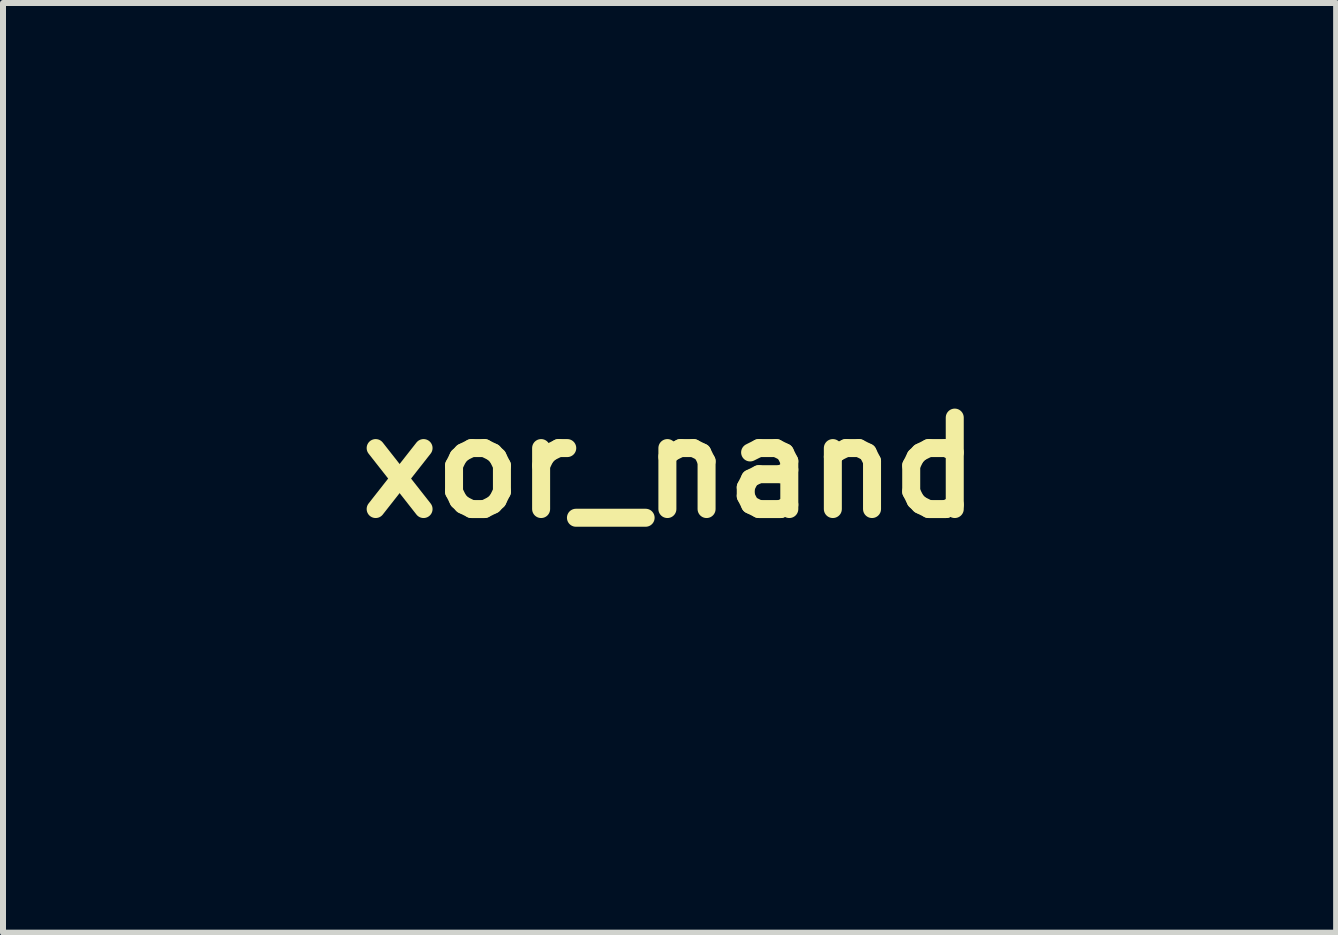
<source format=kicad_pcb>
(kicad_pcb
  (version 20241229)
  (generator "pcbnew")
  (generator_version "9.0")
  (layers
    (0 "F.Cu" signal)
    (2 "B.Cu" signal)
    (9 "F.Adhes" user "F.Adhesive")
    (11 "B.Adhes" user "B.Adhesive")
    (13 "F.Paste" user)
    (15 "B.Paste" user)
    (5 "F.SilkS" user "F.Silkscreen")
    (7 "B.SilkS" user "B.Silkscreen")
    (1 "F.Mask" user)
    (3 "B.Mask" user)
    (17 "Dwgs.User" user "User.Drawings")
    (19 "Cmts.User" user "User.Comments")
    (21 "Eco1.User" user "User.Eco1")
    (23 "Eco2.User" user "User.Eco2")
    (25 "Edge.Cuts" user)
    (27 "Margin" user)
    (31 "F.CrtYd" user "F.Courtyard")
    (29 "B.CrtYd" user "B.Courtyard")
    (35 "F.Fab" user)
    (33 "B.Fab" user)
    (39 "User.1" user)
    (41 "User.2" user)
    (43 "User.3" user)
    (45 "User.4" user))
  (footprint "xor_nand"
    (layer "F.Cu")
    (at 8.11 4.745)
    (property "Reference" "xor_nand" (at 0 0 0) (layer "F.SilkS") (effects (font (size 1.524 1.524) (thickness 0.3))))
    (attr board_only exclude_from_pos_files exclude_from_bom)
    (fp_poly (pts (xy -0.348 -4.742) (xy -0.22 -4.742) (xy -0.105 -4.741) (xy -0.003 -4.741) (xy 0.089 -4.741) (xy 0.169 -4.74) (xy 0.24 -4.74) (xy 0.302 -4.74) (xy 0.355 -4.739) (xy 0.4 -4.739) (xy 0.439 -4.738) (xy 0.471 -4.737) (xy 0.499 -4.736) (xy 0.521 -4.735) (xy 0.54 -4.734) (xy 0.556 -4.733) (xy 0.569 -4.731) (xy 0.581 -4.73) (xy 0.592 -4.728) (xy 0.603 -4.726) (xy 0.607 -4.725) (xy 0.752 -4.69) (xy 0.889 -4.646) (xy 1.017 -4.59) (xy 1.138 -4.523) (xy 1.253 -4.445) (xy 1.36 -4.355) (xy 1.419 -4.299) (xy 1.512 -4.195) (xy 1.596 -4.083) (xy 1.669 -3.962) (xy 1.731 -3.836) (xy 1.781 -3.705) (xy 1.81 -3.608) (xy 1.817 -3.579) (xy 1.853 -3.601) (xy 1.9 -3.628) (xy 1.945 -3.647) (xy 1.992 -3.658) (xy 2.046 -3.665) (xy 2.057 -3.666) (xy 2.134 -3.665) (xy 2.204 -3.651) (xy 2.269 -3.626) (xy 2.33 -3.588) (xy 2.383 -3.541) (xy 2.414 -3.509) (xy 2.437 -3.481) (xy 2.454 -3.452) (xy 2.464 -3.434) (xy 2.476 -3.407) (xy 2.486 -3.382) (xy 2.492 -3.363) (xy 2.493 -3.36) (xy 2.497 -3.339) (xy 3.318 -3.339) (xy 3.318 -0.898) (xy 3.654 -0.898) (xy 3.654 -1.501) (xy 4.493 -1.501) (xy 4.623 -1.501) (xy 4.74 -1.501) (xy 4.844 -1.501) (xy 4.938 -1.501) (xy 5.021 -1.501) (xy 5.094 -1.5) (xy 5.158 -1.5) (xy 5.215 -1.499) (xy 5.264 -1.498) (xy 5.307 -1.497) (xy 5.344 -1.495) (xy 5.377 -1.493) (xy 5.405 -1.491) (xy 5.431 -1.489) (xy 5.454 -1.486) (xy 5.476 -1.483) (xy 5.497 -1.479) (xy 5.518 -1.475) (xy 5.541 -1.47) (xy 5.56 -1.466) (xy 5.656 -1.441) (xy 5.756 -1.406) (xy 5.857 -1.364) (xy 5.953 -1.316) (xy 6.042 -1.264) (xy 6.053 -1.257) (xy 6.168 -1.173) (xy 6.274 -1.079) (xy 6.37 -0.977) (xy 6.456 -0.866) (xy 6.532 -0.749) (xy 6.596 -0.624) (xy 6.648 -0.495) (xy 6.68 -0.393) (xy 6.695 -0.337) (xy 6.737 -0.363) (xy 6.784 -0.389) (xy 6.83 -0.406) (xy 6.879 -0.416) (xy 6.935 -0.421) (xy 6.965 -0.421) (xy 7.003 -0.421) (xy 7.032 -0.419) (xy 7.054 -0.416) (xy 7.075 -0.411) (xy 7.098 -0.403) (xy 7.102 -0.402) (xy 7.173 -0.368) (xy 7.235 -0.325) (xy 7.288 -0.273) (xy 7.331 -0.212) (xy 7.362 -0.144) (xy 7.367 -0.132) (xy 7.378 -0.096) (xy 8.11 -0.096) (xy 8.11 0.103) (xy 7.378 0.103) (xy 7.363 0.146) (xy 7.331 0.216) (xy 7.288 0.277) (xy 7.235 0.329) (xy 7.173 0.372) (xy 7.102 0.405) (xy 7.092 0.408) (xy 7.06 0.418) (xy 7.031 0.424) (xy 6.999 0.427) (xy 6.969 0.427) (xy 6.934 0.427) (xy 6.9 0.424) (xy 6.872 0.421) (xy 6.862 0.419) (xy 6.828 0.408) (xy 6.79 0.394) (xy 6.754 0.377) (xy 6.724 0.36) (xy 6.718 0.356) (xy 6.704 0.347) (xy 6.696 0.344) (xy 6.695 0.344) (xy 6.693 0.351) (xy 6.688 0.368) (xy 6.681 0.393) (xy 6.678 0.404) (xy 6.64 0.522) (xy 6.591 0.639) (xy 6.53 0.754) (xy 6.46 0.865) (xy 6.382 0.968) (xy 6.377 0.974) (xy 6.284 1.075) (xy 6.18 1.167) (xy 6.068 1.25) (xy 5.949 1.322) (xy 5.824 1.384) (xy 5.694 1.433) (xy 5.586 1.464) (xy 5.563 1.469) (xy 5.541 1.474) (xy 5.522 1.479) (xy 5.503 1.483) (xy 5.483 1.487) (xy 5.463 1.49) (xy 5.441 1.493) (xy 5.416 1.495) (xy 5.388 1.497) (xy 5.356 1.499) (xy 5.319 1.5) (xy 5.276 1.501) (xy 5.227 1.502) (xy 5.17 1.503) (xy 5.105 1.504) (xy 5.031 1.504) (xy 4.947 1.505) (xy 4.852 1.505) (xy 4.746 1.506) (xy 4.628 1.506) (xy 4.52 1.506) (xy 3.654 1.509) (xy 3.654 1.31) (xy 3.853 1.31) (xy 4.609 1.308) (xy 4.727 1.307) (xy 4.832 1.307) (xy 4.925 1.306) (xy 5.007 1.306) (xy 5.079 1.306) (xy 5.141 1.305) (xy 5.194 1.305) (xy 5.24 1.304) (xy 5.278 1.303) (xy 5.31 1.302) (xy 5.337 1.301) (xy 5.36 1.3) (xy 5.378 1.299) (xy 5.394 1.298) (xy 5.408 1.296) (xy 5.42 1.294) (xy 5.433 1.292) (xy 5.443 1.29) (xy 5.539 1.269) (xy 5.625 1.245) (xy 5.708 1.214) (xy 5.792 1.176) (xy 5.816 1.165) (xy 5.929 1.1) (xy 6.034 1.026) (xy 6.13 0.942) (xy 6.217 0.85) (xy 6.294 0.75) (xy 6.362 0.643) (xy 6.418 0.531) (xy 6.464 0.414) (xy 6.499 0.294) (xy 6.521 0.17) (xy 6.532 0.044) (xy 6.531 -0.003) (xy 6.735 -0.003) (xy 6.737 0.043) (xy 6.748 0.084) (xy 6.751 0.09) (xy 6.777 0.134) (xy 6.814 0.172) (xy 6.858 0.203) (xy 6.905 0.222) (xy 6.92 0.226) (xy 6.944 0.23) (xy 6.961 0.232) (xy 6.978 0.23) (xy 7.002 0.225) (xy 7.007 0.224) (xy 7.06 0.205) (xy 7.104 0.177) (xy 7.139 0.142) (xy 7.165 0.101) (xy 7.181 0.055) (xy 7.187 0.007) (xy 7.183 -0.041) (xy 7.168 -0.089) (xy 7.141 -0.133) (xy 7.113 -0.164) (xy 7.076 -0.193) (xy 7.039 -0.212) (xy 6.997 -0.221) (xy 6.962 -0.223) (xy 6.93 -0.222) (xy 6.905 -0.218) (xy 6.882 -0.211) (xy 6.868 -0.205) (xy 6.822 -0.175) (xy 6.782 -0.136) (xy 6.754 -0.09) (xy 6.74 -0.049) (xy 6.735 -0.003) (xy 6.531 -0.003) (xy 6.53 -0.083) (xy 6.515 -0.211) (xy 6.505 -0.261) (xy 6.47 -0.39) (xy 6.424 -0.514) (xy 6.366 -0.631) (xy 6.298 -0.741) (xy 6.22 -0.842) (xy 6.132 -0.936) (xy 6.036 -1.02) (xy 5.932 -1.094) (xy 5.821 -1.158) (xy 5.703 -1.212) (xy 5.579 -1.254) (xy 5.449 -1.283) (xy 5.39 -1.292) (xy 5.375 -1.294) (xy 5.358 -1.296) (xy 5.337 -1.297) (xy 5.311 -1.298) (xy 5.28 -1.299) (xy 5.243 -1.3) (xy 5.199 -1.301) (xy 5.148 -1.301) (xy 5.087 -1.302) (xy 5.018 -1.302) (xy 4.938 -1.302) (xy 4.848 -1.302) (xy 4.745 -1.303) (xy 4.63 -1.303) (xy 4.583 -1.303) (xy 3.853 -1.303) (xy 3.853 1.31) (xy 3.654 1.31) (xy 3.654 0.905) (xy 3.318 0.905) (xy 3.318 3.346) (xy 2.498 3.346) (xy 2.489 3.375) (xy 2.466 3.433) (xy 2.431 3.49) (xy 2.388 3.542) (xy 2.339 3.587) (xy 2.286 3.621) (xy 2.234 3.645) (xy 2.183 3.66) (xy 2.129 3.668) (xy 2.077 3.67) (xy 2 3.663) (xy 1.93 3.645) (xy 1.866 3.615) (xy 1.858 3.61) (xy 1.838 3.599) (xy 1.823 3.592) (xy 1.816 3.591) (xy 1.813 3.599) (xy 1.807 3.618) (xy 1.8 3.643) (xy 1.798 3.652) (xy 1.765 3.756) (xy 1.721 3.863) (xy 1.668 3.969) (xy 1.606 4.071) (xy 1.539 4.166) (xy 1.507 4.206) (xy 1.409 4.313) (xy 1.302 4.409) (xy 1.189 4.494) (xy 1.068 4.567) (xy 0.941 4.629) (xy 0.808 4.678) (xy 0.67 4.715) (xy 0.527 4.739) (xy 0.479 4.744) (xy 0.463 4.745) (xy 0.434 4.746) (xy 0.393 4.746) (xy 0.342 4.747) (xy 0.28 4.748) (xy 0.21 4.749) (xy 0.131 4.749) (xy 0.046 4.75) (xy -0.046 4.75) (xy -0.143 4.75) (xy -0.244 4.751) (xy -0.349 4.751) (xy -0.41 4.751) (xy -1.227 4.751) (xy -1.227 4.552) (xy -1.028 4.552) (xy -0.32 4.552) (xy -0.2 4.552) (xy -0.088 4.552) (xy 0.016 4.551) (xy 0.11 4.551) (xy 0.195 4.55) (xy 0.27 4.55) (xy 0.334 4.549) (xy 0.386 4.548) (xy 0.426 4.547) (xy 0.453 4.546) (xy 0.463 4.545) (xy 0.595 4.526) (xy 0.722 4.494) (xy 0.844 4.451) (xy 0.96 4.396) (xy 1.069 4.331) (xy 1.171 4.256) (xy 1.266 4.171) (xy 1.351 4.077) (xy 1.427 3.976) (xy 1.494 3.867) (xy 1.55 3.751) (xy 1.595 3.629) (xy 1.628 3.501) (xy 1.642 3.416) (xy 1.649 3.35) (xy 1.652 3.276) (xy 1.651 3.267) (xy 1.857 3.267) (xy 1.867 3.316) (xy 1.888 3.362) (xy 1.919 3.402) (xy 1.96 3.436) (xy 1.974 3.444) (xy 2.025 3.465) (xy 2.076 3.472) (xy 2.129 3.466) (xy 2.175 3.45) (xy 2.214 3.427) (xy 2.25 3.394) (xy 2.28 3.356) (xy 2.292 3.333) (xy 2.301 3.309) (xy 2.305 3.282) (xy 2.307 3.247) (xy 2.307 3.246) (xy 2.301 3.191) (xy 2.285 3.143) (xy 2.256 3.1) (xy 2.242 3.085) (xy 2.2 3.051) (xy 2.154 3.03) (xy 2.102 3.021) (xy 2.081 3.02) (xy 2.034 3.023) (xy 1.995 3.035) (xy 1.958 3.055) (xy 1.928 3.081) (xy 1.893 3.123) (xy 1.869 3.169) (xy 1.857 3.218) (xy 1.857 3.267) (xy 1.651 3.267) (xy 1.651 3.198) (xy 1.646 3.121) (xy 1.638 3.048) (xy 1.629 2.991) (xy 1.594 2.86) (xy 1.548 2.735) (xy 1.49 2.617) (xy 1.422 2.506) (xy 1.344 2.403) (xy 1.255 2.309) (xy 1.158 2.223) (xy 1.053 2.148) (xy 0.939 2.083) (xy 0.818 2.029) (xy 0.691 1.987) (xy 0.659 1.978) (xy 0.636 1.972) (xy 0.615 1.967) (xy 0.593 1.963) (xy 0.572 1.959) (xy 0.549 1.955) (xy 0.524 1.952) (xy 0.497 1.949) (xy 0.465 1.947) (xy 0.429 1.945) (xy 0.387 1.944) (xy 0.338 1.943) (xy 0.283 1.942) (xy 0.219 1.941) (xy 0.146 1.941) (xy 0.063 1.94) (xy -0.031 1.94) (xy -0.136 1.94) (xy -0.254 1.94) (xy -0.299 1.94) (xy -1.028 1.94) (xy -1.028 4.552) (xy -1.227 4.552) (xy -1.227 4.148) (xy -3.702 4.148) (xy -3.927 4.148) (xy -4.139 4.148) (xy -4.338 4.148) (xy -4.525 4.148) (xy -4.699 4.148) (xy -4.861 4.148) (xy -5.012 4.148) (xy -5.151 4.148) (xy -5.28 4.148) (xy -5.399 4.149) (xy -5.507 4.149) (xy -5.606 4.149) (xy -5.695 4.149) (xy -5.775 4.15) (xy -5.847 4.15) (xy -5.911 4.15) (xy -5.967 4.151) (xy -6.015 4.151) (xy -6.056 4.152) (xy -6.091 4.152) (xy -6.119 4.153) (xy -6.141 4.154) (xy -6.158 4.154) (xy -6.169 4.155) (xy -6.175 4.156) (xy -6.177 4.156) (xy -6.18 4.166) (xy -6.187 4.185) (xy -6.198 4.209) (xy -6.201 4.216) (xy -6.235 4.271) (xy -6.28 4.321) (xy -6.333 4.363) (xy -6.393 4.395) (xy -6.442 4.412) (xy -6.482 4.418) (xy -6.528 4.421) (xy -6.576 4.42) (xy -6.62 4.415) (xy -6.639 4.411) (xy -6.7 4.389) (xy -6.758 4.355) (xy -6.81 4.311) (xy -6.853 4.259) (xy -6.878 4.217) (xy -6.89 4.192) (xy -6.899 4.172) (xy -6.903 4.159) (xy -6.904 4.157) (xy -6.905 4.155) (xy -6.911 4.154) (xy -6.922 4.153) (xy -6.938 4.152) (xy -6.961 4.151) (xy -6.991 4.15) (xy -7.029 4.149) (xy -7.076 4.149) (xy -7.132 4.148) (xy -7.198 4.148) (xy -7.276 4.148) (xy -7.366 4.148) (xy -7.468 4.148) (xy -7.507 4.148) (xy -8.11 4.148) (xy -8.11 3.949) (xy -7.507 3.949) (xy -7.402 3.949) (xy -7.31 3.949) (xy -7.229 3.949) (xy -7.16 3.948) (xy -7.102 3.948) (xy -7.053 3.948) (xy -7.013 3.947) (xy -6.98 3.947) (xy -6.955 3.946) (xy -6.935 3.945) (xy -6.922 3.944) (xy -6.912 3.943) (xy -6.907 3.941) (xy -6.904 3.939) (xy -6.904 3.938) (xy -6.899 3.917) (xy -6.887 3.89) (xy -6.87 3.859) (xy -6.849 3.826) (xy -6.825 3.796) (xy -6.808 3.777) (xy -6.781 3.754) (xy -6.75 3.731) (xy -6.718 3.71) (xy -6.688 3.694) (xy -6.662 3.684) (xy -6.647 3.681) (xy -6.646 3.681) (xy -6.645 3.678) (xy -6.645 3.678) (xy -6.437 3.678) (xy -6.405 3.69) (xy -6.361 3.71) (xy -6.317 3.738) (xy -6.276 3.772) (xy -6.257 3.791) (xy -6.237 3.817) (xy -6.215 3.851) (xy -6.195 3.888) (xy -6.179 3.923) (xy -6.174 3.937) (xy -6.174 3.938) (xy -6.172 3.939) (xy -6.168 3.94) (xy -6.163 3.941) (xy -6.155 3.942) (xy -6.144 3.942) (xy -6.13 3.943) (xy -6.112 3.944) (xy -6.091 3.944) (xy -6.064 3.945) (xy -6.033 3.945) (xy -5.997 3.946) (xy -5.955 3.946) (xy -5.907 3.947) (xy -5.852 3.947) (xy -5.79 3.947) (xy -5.721 3.947) (xy -5.644 3.948) (xy -5.559 3.948) (xy -5.465 3.948) (xy -5.362 3.948) (xy -5.249 3.948) (xy -5.127 3.949) (xy -4.994 3.949) (xy -4.851 3.949) (xy -4.697 3.949) (xy -4.531 3.949) (xy -4.353 3.949) (xy -4.162 3.949) (xy -3.959 3.949) (xy -3.743 3.949) (xy -1.227 3.949) (xy -1.227 2.543) (xy -1.762 2.543) (xy -1.762 2.345) (xy -1.563 2.345) (xy -1.227 2.345) (xy -1.227 1.741) (xy -0.348 1.743) (xy -0.22 1.744) (xy -0.105 1.744) (xy -0.002 1.744) (xy 0.089 1.745) (xy 0.17 1.745) (xy 0.24 1.745) (xy 0.302 1.746) (xy 0.355 1.746) (xy 0.401 1.747) (xy 0.439 1.748) (xy 0.472 1.748) (xy 0.499 1.749) (xy 0.522 1.75) (xy 0.54 1.751) (xy 0.556 1.753) (xy 0.569 1.754) (xy 0.581 1.756) (xy 0.592 1.758) (xy 0.602 1.76) (xy 0.604 1.76) (xy 0.707 1.783) (xy 0.8 1.809) (xy 0.887 1.839) (xy 0.974 1.876) (xy 1.029 1.903) (xy 1.153 1.974) (xy 1.27 2.055) (xy 1.378 2.147) (xy 1.476 2.248) (xy 1.565 2.358) (xy 1.643 2.477) (xy 1.699 2.579) (xy 1.72 2.624) (xy 1.742 2.678) (xy 1.764 2.735) (xy 1.784 2.793) (xy 1.801 2.845) (xy 1.81 2.878) (xy 1.817 2.907) (xy 1.836 2.894) (xy 1.899 2.858) (xy 1.967 2.833) (xy 2.039 2.821) (xy 2.113 2.82) (xy 2.186 2.831) (xy 2.257 2.855) (xy 2.275 2.863) (xy 2.321 2.891) (xy 2.366 2.927) (xy 2.408 2.971) (xy 2.444 3.018) (xy 2.472 3.066) (xy 2.49 3.113) (xy 2.493 3.125) (xy 2.497 3.147) (xy 3.119 3.147) (xy 3.119 0.706) (xy 3.654 0.706) (xy 3.654 -0.699) (xy 3.119 -0.699) (xy 3.119 -3.14) (xy 2.498 -3.14) (xy 2.489 -3.111) (xy 2.464 -3.048) (xy 2.427 -2.989) (xy 2.38 -2.936) (xy 2.326 -2.89) (xy 2.265 -2.854) (xy 2.219 -2.835) (xy 2.149 -2.819) (xy 2.075 -2.815) (xy 2.002 -2.822) (xy 1.931 -2.841) (xy 1.866 -2.871) (xy 1.854 -2.878) (xy 1.835 -2.889) (xy 1.822 -2.895) (xy 1.816 -2.896) (xy 1.813 -2.889) (xy 1.808 -2.872) (xy 1.803 -2.854) (xy 1.781 -2.775) (xy 1.75 -2.691) (xy 1.711 -2.603) (xy 1.666 -2.515) (xy 1.615 -2.43) (xy 1.561 -2.349) (xy 1.507 -2.279) (xy 1.409 -2.172) (xy 1.302 -2.076) (xy 1.189 -1.991) (xy 1.068 -1.918) (xy 0.941 -1.857) (xy 0.808 -1.808) (xy 0.67 -1.771) (xy 0.528 -1.747) (xy 0.473 -1.741) (xy 0.455 -1.74) (xy 0.423 -1.739) (xy 0.379 -1.739) (xy 0.324 -1.738) (xy 0.258 -1.737) (xy 0.182 -1.736) (xy 0.097 -1.736) (xy 0.004 -1.735) (xy -0.097 -1.735) (xy -0.205 -1.735) (xy -0.32 -1.735) (xy -0.416 -1.735) (xy -1.227 -1.734) (xy -1.227 -2.345) (xy -1.563 -2.345) (xy -1.563 -1.412) (xy -1.563 -1.28) (xy -1.563 -1.161) (xy -1.563 -1.054) (xy -1.563 -0.96) (xy -1.563 -0.876) (xy -1.563 -0.802) (xy -1.562 -0.738) (xy -1.562 -0.683) (xy -1.562 -0.636) (xy -1.561 -0.597) (xy -1.561 -0.565) (xy -1.56 -0.539) (xy -1.559 -0.519) (xy -1.558 -0.503) (xy -1.557 -0.492) (xy -1.556 -0.484) (xy -1.554 -0.479) (xy -1.553 -0.477) (xy -1.551 -0.476) (xy -1.551 -0.476) (xy -1.521 -0.464) (xy -1.486 -0.446) (xy -1.451 -0.426) (xy -1.421 -0.406) (xy -1.407 -0.394) (xy -1.36 -0.343) (xy -1.324 -0.285) (xy -1.299 -0.221) (xy -1.285 -0.155) (xy -1.283 -0.086) (xy -1.294 -0.018) (xy -1.317 0.049) (xy -1.324 0.063) (xy -1.355 0.111) (xy -1.395 0.157) (xy -1.442 0.197) (xy -1.49 0.227) (xy -1.515 0.239) (xy -1.537 0.248) (xy -1.551 0.253) (xy -1.554 0.254) (xy -1.555 0.255) (xy -1.556 0.26) (xy -1.557 0.27) (xy -1.558 0.284) (xy -1.559 0.304) (xy -1.56 0.329) (xy -1.56 0.362) (xy -1.561 0.401) (xy -1.561 0.449) (xy -1.562 0.504) (xy -1.562 0.569) (xy -1.562 0.643) (xy -1.563 0.728) (xy -1.563 0.823) (xy -1.563 0.93) (xy -1.563 1.049) (xy -1.563 1.18) (xy -1.563 1.299) (xy -1.563 2.345) (xy -1.762 2.345) (xy -1.762 0.255) (xy -1.796 0.243) (xy -1.837 0.225) (xy -1.879 0.199) (xy -1.919 0.167) (xy -1.944 0.142) (xy -1.964 0.116) (xy -1.986 0.082) (xy -2.005 0.046) (xy -2.02 0.012) (xy -2.025 -0.002) (xy -2.027 -0.005) (xy -2.032 -0.008) (xy -2.041 -0.01) (xy -2.056 -0.012) (xy -2.078 -0.013) (xy -2.109 -0.013) (xy -2.151 -0.014) (xy -2.203 -0.014) (xy -2.377 -0.014) (xy -2.396 0.038) (xy -2.427 0.105) (xy -2.468 0.163) (xy -2.517 0.213) (xy -2.574 0.253) (xy -2.635 0.284) (xy -2.702 0.304) (xy -2.77 0.314) (xy -2.841 0.312) (xy -2.911 0.299) (xy -2.98 0.274) (xy -3.041 0.24) (xy -3.062 0.226) (xy -3.078 0.286) (xy -3.117 0.41) (xy -3.169 0.532) (xy -3.232 0.651) (xy -3.306 0.764) (xy -3.39 0.871) (xy -3.482 0.969) (xy -3.484 0.971) (xy -3.592 1.066) (xy -3.706 1.149) (xy -3.826 1.22) (xy -3.953 1.279) (xy -4.087 1.327) (xy -4.229 1.364) (xy -4.271 1.372) (xy -4.283 1.375) (xy -4.294 1.377) (xy -4.306 1.378) (xy -4.319 1.38) (xy -4.333 1.381) (xy -4.351 1.382) (xy -4.372 1.384) (xy -4.397 1.384) (xy -4.427 1.385) (xy -4.463 1.386) (xy -4.506 1.387) (xy -4.556 1.387) (xy -4.613 1.388) (xy -4.68 1.388) (xy -4.756 1.388) (xy -4.843 1.389) (xy -4.94 1.389) (xy -5.05 1.389) (xy -5.172 1.39) (xy -5.229 1.39) (xy -6.108 1.392) (xy -6.108 0.788) (xy -6.437 0.788) (xy -6.437 3.678) (xy -6.645 3.678) (xy -6.644 3.674) (xy -6.643 3.666) (xy -6.642 3.656) (xy -6.641 3.641) (xy -6.641 3.622) (xy -6.64 3.598) (xy -6.639 3.569) (xy -6.639 3.534) (xy -6.638 3.493) (xy -6.638 3.444) (xy -6.638 3.389) (xy -6.637 3.325) (xy -6.637 3.252) (xy -6.637 3.171) (xy -6.637 3.08) (xy -6.637 2.979) (xy -6.636 2.868) (xy -6.636 2.745) (xy -6.636 2.611) (xy -6.636 2.464) (xy -6.636 2.305) (xy -6.636 2.136) (xy -6.636 0.59) (xy -6.108 0.59) (xy -6.108 -0.809) (xy -6.636 -0.809) (xy -6.636 -1.008) (xy -6.437 -1.008) (xy -6.108 -1.008) (xy -6.108 -1.419) (xy -5.91 -1.419) (xy -5.91 1.193) (xy -5.176 1.193) (xy -5.056 1.193) (xy -4.949 1.193) (xy -4.854 1.193) (xy -4.77 1.192) (xy -4.697 1.192) (xy -4.633 1.192) (xy -4.578 1.191) (xy -4.531 1.19) (xy -4.491 1.19) (xy -4.458 1.189) (xy -4.43 1.188) (xy -4.407 1.186) (xy -4.388 1.185) (xy -4.372 1.183) (xy -4.364 1.183) (xy -4.233 1.158) (xy -4.105 1.121) (xy -3.982 1.071) (xy -3.864 1.009) (xy -3.752 0.935) (xy -3.75 0.933) (xy -3.709 0.9) (xy -3.662 0.859) (xy -3.614 0.813) (xy -3.568 0.765) (xy -3.526 0.719) (xy -3.493 0.677) (xy -3.492 0.677) (xy -3.417 0.567) (xy -3.355 0.454) (xy -3.305 0.336) (xy -3.267 0.212) (xy -3.24 0.082) (xy -3.228 -0.022) (xy -3.224 -0.137) (xy -3.021 -0.137) (xy -3.021 -0.085) (xy -3.009 -0.034) (xy -2.986 0.012) (xy -2.952 0.052) (xy -2.909 0.085) (xy -2.866 0.106) (xy -2.826 0.114) (xy -2.78 0.114) (xy -2.734 0.106) (xy -2.7 0.093) (xy -2.655 0.065) (xy -2.618 0.026) (xy -2.591 -0.02) (xy -2.575 -0.071) (xy -2.571 -0.113) (xy -2.577 -0.166) (xy -2.595 -0.214) (xy -2.623 -0.256) (xy -2.659 -0.29) (xy -2.701 -0.316) (xy -2.749 -0.333) (xy -2.8 -0.338) (xy -2.853 -0.331) (xy -2.872 -0.326) (xy -2.908 -0.308) (xy -2.943 -0.281) (xy -2.975 -0.247) (xy -3 -0.21) (xy -3.009 -0.19) (xy -3.021 -0.137) (xy -3.224 -0.137) (xy -3.224 -0.138) (xy -3.233 -0.257) (xy -3.253 -0.378) (xy -3.285 -0.498) (xy -3.328 -0.615) (xy -3.353 -0.672) (xy -3.416 -0.788) (xy -3.49 -0.896) (xy -3.573 -0.996) (xy -3.665 -1.086) (xy -3.766 -1.167) (xy -3.874 -1.237) (xy -3.99 -1.297) (xy -4.111 -1.345) (xy -4.237 -1.382) (xy -4.368 -1.406) (xy -4.422 -1.412) (xy -4.443 -1.413) (xy -4.477 -1.414) (xy -4.524 -1.415) (xy -4.582 -1.416) (xy -4.653 -1.417) (xy -4.734 -1.418) (xy -4.825 -1.418) (xy -4.927 -1.419) (xy -5.038 -1.419) (xy -5.157 -1.419) (xy -5.205 -1.419) (xy -5.91 -1.419) (xy -6.108 -1.419) (xy -6.108 -1.619) (xy -5.243 -1.616) (xy -5.114 -1.616) (xy -4.997 -1.615) (xy -4.893 -1.615) (xy -4.801 -1.615) (xy -4.718 -1.614) (xy -4.646 -1.614) (xy -4.582 -1.613) (xy -4.526 -1.612) (xy -4.478 -1.611) (xy -4.436 -1.61) (xy -4.399 -1.609) (xy -4.368 -1.607) (xy -4.341 -1.605) (xy -4.317 -1.603) (xy -4.295 -1.6) (xy -4.275 -1.597) (xy -4.256 -1.593) (xy -4.237 -1.589) (xy -4.217 -1.585) (xy -4.195 -1.58) (xy -4.178 -1.576) (xy -4.045 -1.538) (xy -3.917 -1.487) (xy -3.793 -1.425) (xy -3.676 -1.351) (xy -3.566 -1.267) (xy -3.464 -1.173) (xy -3.37 -1.07) (xy -3.286 -0.958) (xy -3.212 -0.839) (xy -3.177 -0.771) (xy -3.158 -0.731) (xy -3.139 -0.684) (xy -3.12 -0.635) (xy -3.102 -0.586) (xy -3.086 -0.54) (xy -3.074 -0.5) (xy -3.068 -0.472) (xy -3.063 -0.446) (xy -3.041 -0.462) (xy -2.984 -0.497) (xy -2.919 -0.521) (xy -2.848 -0.534) (xy -2.797 -0.537) (xy -2.732 -0.533) (xy -2.675 -0.521) (xy -2.618 -0.5) (xy -2.596 -0.489) (xy -2.533 -0.448) (xy -2.479 -0.397) (xy -2.434 -0.336) (xy -2.398 -0.265) (xy -2.383 -0.224) (xy -2.381 -0.221) (xy -2.377 -0.218) (xy -2.368 -0.216) (xy -2.354 -0.214) (xy -2.332 -0.214) (xy -2.302 -0.213) (xy -2.262 -0.214) (xy -2.209 -0.214) (xy -2.204 -0.214) (xy -2.029 -0.216) (xy -2.013 -0.254) (xy -1.98 -0.316) (xy -1.937 -0.372) (xy -1.884 -0.419) (xy -1.823 -0.455) (xy -1.803 -0.464) (xy -1.765 -0.479) (xy -1.764 -1.511) (xy -1.762 -2.543) (xy -1.227 -2.543) (xy -1.227 -3.942) (xy -3.699 -3.942) (xy -3.918 -3.942) (xy -4.124 -3.942) (xy -4.316 -3.942) (xy -4.497 -3.942) (xy -4.665 -3.942) (xy -4.822 -3.942) (xy -4.967 -3.942) (xy -5.102 -3.942) (xy -5.226 -3.942) (xy -5.34 -3.941) (xy -5.445 -3.941) (xy -5.541 -3.941) (xy -5.628 -3.941) (xy -5.706 -3.941) (xy -5.777 -3.94) (xy -5.84 -3.94) (xy -5.896 -3.94) (xy -5.946 -3.939) (xy -5.989 -3.939) (xy -6.027 -3.939) (xy -6.059 -3.938) (xy -6.086 -3.937) (xy -6.108 -3.937) (xy -6.127 -3.936) (xy -6.142 -3.936) (xy -6.153 -3.935) (xy -6.161 -3.934) (xy -6.167 -3.933) (xy -6.171 -3.932) (xy -6.173 -3.931) (xy -6.174 -3.93) (xy -6.175 -3.93) (xy -6.179 -3.918) (xy -6.188 -3.898) (xy -6.2 -3.874) (xy -6.203 -3.867) (xy -6.238 -3.81) (xy -6.285 -3.76) (xy -6.342 -3.719) (xy -6.376 -3.7) (xy -6.437 -3.671) (xy -6.437 -2.339) (xy -6.437 -1.008) (xy -6.636 -1.008) (xy -6.636 -3.674) (xy -6.662 -3.682) (xy -6.721 -3.708) (xy -6.776 -3.745) (xy -6.824 -3.792) (xy -6.864 -3.846) (xy -6.876 -3.868) (xy -6.888 -3.894) (xy -6.898 -3.915) (xy -6.903 -3.93) (xy -6.904 -3.932) (xy -6.905 -3.934) (xy -6.911 -3.936) (xy -6.921 -3.937) (xy -6.937 -3.938) (xy -6.959 -3.939) (xy -6.988 -3.94) (xy -7.025 -3.94) (xy -7.07 -3.941) (xy -7.125 -3.941) (xy -7.19 -3.942) (xy -7.266 -3.942) (xy -7.354 -3.942) (xy -7.454 -3.942) (xy -7.507 -3.942) (xy -8.11 -3.942) (xy -8.11 -4.141) (xy -7.507 -4.141) (xy -7.4 -4.141) (xy -7.307 -4.141) (xy -7.225 -4.141) (xy -7.155 -4.141) (xy -7.095 -4.142) (xy -7.045 -4.142) (xy -7.004 -4.143) (xy -6.972 -4.143) (xy -6.947 -4.144) (xy -6.928 -4.145) (xy -6.915 -4.146) (xy -6.907 -4.148) (xy -6.904 -4.149) (xy -6.904 -4.15) (xy -6.901 -4.16) (xy -6.893 -4.179) (xy -6.882 -4.204) (xy -6.876 -4.215) (xy -6.84 -4.273) (xy -6.794 -4.323) (xy -6.741 -4.362) (xy -6.682 -4.392) (xy -6.619 -4.411) (xy -6.553 -4.419) (xy -6.486 -4.416) (xy -6.419 -4.401) (xy -6.354 -4.373) (xy -6.34 -4.365) (xy -6.301 -4.337) (xy -6.263 -4.3) (xy -6.229 -4.259) (xy -6.201 -4.215) (xy -6.184 -4.174) (xy -6.183 -4.172) (xy -6.174 -4.141) (xy -1.227 -4.141) (xy -1.227 -4.546) (xy -1.028 -4.546) (xy -1.028 -1.933) (xy -0.324 -1.933) (xy -0.21 -1.933) (xy -0.102 -1.934) (xy -0.001 -1.934) (xy 0.092 -1.934) (xy 0.176 -1.935) (xy 0.251 -1.936) (xy 0.316 -1.936) (xy 0.37 -1.937) (xy 0.412 -1.938) (xy 0.441 -1.939) (xy 0.456 -1.94) (xy 0.591 -1.959) (xy 0.721 -1.992) (xy 0.846 -2.036) (xy 0.967 -2.094) (xy 1.081 -2.163) (xy 1.189 -2.245) (xy 1.212 -2.265) (xy 1.302 -2.353) (xy 1.384 -2.451) (xy 1.457 -2.557) (xy 1.519 -2.67) (xy 1.571 -2.788) (xy 1.61 -2.91) (xy 1.624 -2.966) (xy 1.641 -3.062) (xy 1.65 -3.164) (xy 1.651 -3.224) (xy 1.856 -3.224) (xy 1.865 -3.176) (xy 1.883 -3.132) (xy 1.911 -3.092) (xy 1.948 -3.058) (xy 1.994 -3.032) (xy 2.043 -3.017) (xy 2.093 -3.014) (xy 2.144 -3.024) (xy 2.175 -3.035) (xy 2.214 -3.058) (xy 2.25 -3.091) (xy 2.28 -3.13) (xy 2.292 -3.152) (xy 2.304 -3.192) (xy 2.308 -3.238) (xy 2.304 -3.285) (xy 2.291 -3.327) (xy 2.289 -3.333) (xy 2.26 -3.38) (xy 2.22 -3.419) (xy 2.174 -3.447) (xy 2.15 -3.457) (xy 2.127 -3.463) (xy 2.1 -3.465) (xy 2.081 -3.465) (xy 2.033 -3.462) (xy 1.994 -3.45) (xy 1.957 -3.429) (xy 1.93 -3.406) (xy 1.894 -3.365) (xy 1.87 -3.32) (xy 1.858 -3.272) (xy 1.856 -3.224) (xy 1.651 -3.224) (xy 1.652 -3.269) (xy 1.646 -3.371) (xy 1.634 -3.467) (xy 1.629 -3.495) (xy 1.594 -3.626) (xy 1.548 -3.751) (xy 1.491 -3.869) (xy 1.422 -3.98) (xy 1.344 -4.082) (xy 1.256 -4.176) (xy 1.159 -4.262) (xy 1.054 -4.337) (xy 0.94 -4.402) (xy 0.82 -4.456) (xy 0.693 -4.499) (xy 0.582 -4.526) (xy 0.57 -4.528) (xy 0.558 -4.531) (xy 0.546 -4.532) (xy 0.533 -4.534) (xy 0.518 -4.536) (xy 0.5 -4.537) (xy 0.478 -4.538) (xy 0.453 -4.539) (xy 0.421 -4.54) (xy 0.384 -4.54) (xy 0.34 -4.541) (xy 0.288 -4.541) (xy 0.228 -4.542) (xy 0.158 -4.542) (xy 0.078 -4.543) (xy -0.013 -4.543) (xy -0.115 -4.543) (xy -0.231 -4.544) (xy -0.262 -4.544) (xy -1.028 -4.546) (xy -1.227 -4.546) (xy -1.227 -4.745)) (stroke (width 0) (type solid)) (fill yes) (layer "F.Mask")))
  (gr_rect
    (start -3 -3)
    (end 19.22 12.495)
    (stroke (width 0.1) (type default))
    (fill no)
    (layer "Edge.Cuts")))
</source>
